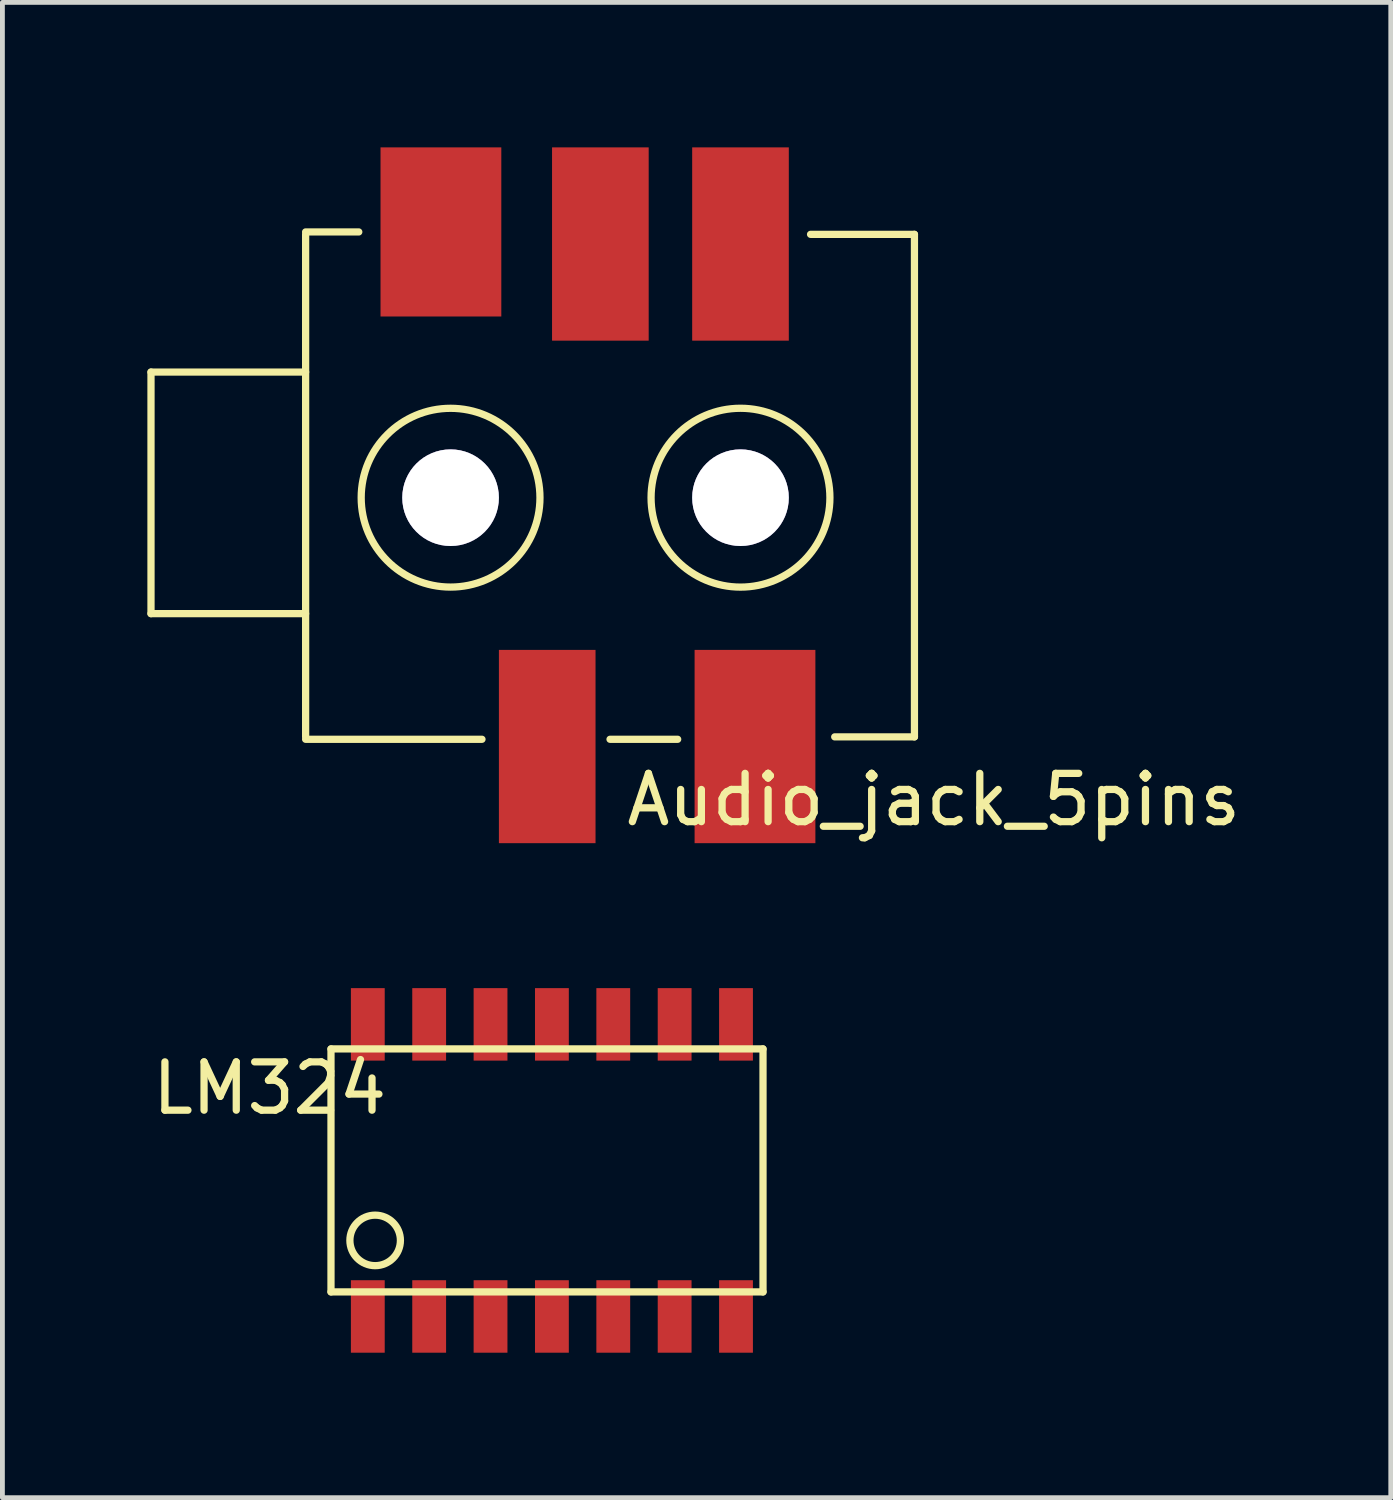
<source format=kicad_pcb>
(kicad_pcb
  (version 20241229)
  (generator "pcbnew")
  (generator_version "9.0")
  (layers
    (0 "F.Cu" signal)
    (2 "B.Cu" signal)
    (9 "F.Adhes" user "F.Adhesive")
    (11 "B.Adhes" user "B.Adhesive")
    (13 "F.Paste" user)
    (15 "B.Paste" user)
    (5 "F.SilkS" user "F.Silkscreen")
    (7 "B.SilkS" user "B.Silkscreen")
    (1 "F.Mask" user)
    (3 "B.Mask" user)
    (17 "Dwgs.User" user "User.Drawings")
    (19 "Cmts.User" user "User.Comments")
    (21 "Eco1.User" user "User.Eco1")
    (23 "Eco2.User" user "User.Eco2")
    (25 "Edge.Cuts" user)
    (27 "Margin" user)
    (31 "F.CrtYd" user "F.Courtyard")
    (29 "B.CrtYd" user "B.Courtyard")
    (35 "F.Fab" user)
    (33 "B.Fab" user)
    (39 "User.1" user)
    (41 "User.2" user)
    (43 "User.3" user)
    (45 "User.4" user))
  (footprint "Audio_jack_5pins"
    (layer "F.Cu")
    (at 3.275 7.25)
    (property "Reference" "Audio_jack_5pins" (at 13 6.25 0) (layer "F.SilkS") (effects (font (size 1 1) (thickness 0.15))))
    (attr through_hole)
    (fp_line (start -3.2 -2.6) (end -3.2 2.4) (stroke (width 0.15) (type solid)) (layer "F.SilkS"))
    (fp_line (start -3.2 2.4) (end 0 2.4) (stroke (width 0.15) (type solid)) (layer "F.SilkS"))
    (fp_line (start 0 -5.5) (end 1.1 -5.5) (stroke (width 0.15) (type solid)) (layer "F.SilkS"))
    (fp_line (start 0 -5.45) (end 0 4.95) (stroke (width 0.15) (type solid)) (layer "F.SilkS"))
    (fp_line (start 0 -2.6) (end -3.2 -2.6) (stroke (width 0.15) (type solid)) (layer "F.SilkS"))
    (fp_line (start 0 5) (end 3.65 5) (stroke (width 0.15) (type solid)) (layer "F.SilkS"))
    (fp_line (start 6.3 5) (end 7.7 5) (stroke (width 0.15) (type solid)) (layer "F.SilkS"))
    (fp_line (start 12.6 -5.45) (end 10.45 -5.45) (stroke (width 0.15) (type solid)) (layer "F.SilkS"))
    (fp_line (start 12.6 -5.45) (end 12.6 4.95) (stroke (width 0.15) (type solid)) (layer "F.SilkS"))
    (fp_line (start 12.6 4.95) (end 10.95 4.95) (stroke (width 0.15) (type solid)) (layer "F.SilkS"))
    (fp_circle (center 3 0) (end 4.85 0) (stroke (width 0.15) (type solid)) (fill no) (layer "F.SilkS"))
    (fp_circle (center 9 0) (end 10.85 -0.05) (stroke (width 0.15) (type solid)) (fill no) (layer "F.SilkS"))
    (pad "" thru_hole circle (at 3 0) (size 2 2) (drill 2) (layers "*.Cu" "*.Mask"))
    (pad "" thru_hole circle (at 9 0) (size 2 2) (drill 2) (layers "*.Cu" "*.Mask"))
    (pad "1" smd rect (at 2.8 -5.5) (size 2.5 3.5) (layers "F.Cu" "F.Mask" "F.Paste"))
    (pad "2" smd rect (at 6.1 -5.25) (size 2 4) (layers "F.Cu" "F.Mask" "F.Paste"))
    (pad "3" smd rect (at 9 -5.25) (size 2 4) (layers "F.Cu" "F.Mask" "F.Paste"))
    (pad "4" smd rect (at 5 5.15) (size 2 4) (layers "F.Cu" "F.Mask" "F.Paste"))
    (pad "5" smd rect (at 9.3 5.15) (size 2.5 4) (layers "F.Cu" "F.Mask" "F.Paste")))
  (footprint "LM324"
    (layer "F.Cu")
    (at 8.372 20.995)
    (property "Reference" "LM324" (at -5.842 -1.524 0) (layer "F.SilkS") (effects (font (size 1 1) (thickness 0.15))))
    (attr through_hole)
    (fp_line (start -4.572 -2.337) (end -4.572 2.692) (stroke (width 0.15) (type solid)) (layer "F.SilkS"))
    (fp_line (start -4.572 2.692) (end 4.369 2.692) (stroke (width 0.15) (type solid)) (layer "F.SilkS"))
    (fp_line (start 4.369 -2.337) (end -4.572 -2.337) (stroke (width 0.15) (type solid)) (layer "F.SilkS"))
    (fp_line (start 4.369 2.692) (end 4.369 -2.337) (stroke (width 0.15) (type solid)) (layer "F.SilkS"))
    (fp_circle (center -3.658 1.626) (end -4.115 1.88) (stroke (width 0.15) (type solid)) (fill no) (layer "F.SilkS"))
    (pad "1" smd rect (at -3.81 3.2 90) (size 1.5 0.7) (layers "F.Cu" "F.Mask" "F.Paste"))
    (pad "2" smd rect (at -2.54 3.2 90) (size 1.5 0.7) (layers "F.Cu" "F.Mask" "F.Paste"))
    (pad "3" smd rect (at -1.27 3.2 90) (size 1.5 0.7) (layers "F.Cu" "F.Mask" "F.Paste"))
    (pad "4" smd rect (at 0 3.2 90) (size 1.5 0.7) (layers "F.Cu" "F.Mask" "F.Paste"))
    (pad "5" smd rect (at 1.27 3.2 90) (size 1.5 0.7) (layers "F.Cu" "F.Mask" "F.Paste"))
    (pad "6" smd rect (at 2.54 3.2 90) (size 1.5 0.7) (layers "F.Cu" "F.Mask" "F.Paste"))
    (pad "7" smd rect (at 3.81 3.2 90) (size 1.5 0.7) (layers "F.Cu" "F.Mask" "F.Paste"))
    (pad "8" smd rect (at 3.81 -2.845 90) (size 1.5 0.7) (layers "F.Cu" "F.Mask" "F.Paste"))
    (pad "9" smd rect (at 2.54 -2.845 90) (size 1.5 0.7) (layers "F.Cu" "F.Mask" "F.Paste"))
    (pad "10" smd rect (at 1.27 -2.845 90) (size 1.5 0.7) (layers "F.Cu" "F.Mask" "F.Paste"))
    (pad "11" smd rect (at 0 -2.845 90) (size 1.5 0.7) (layers "F.Cu" "F.Mask" "F.Paste"))
    (pad "12" smd rect (at -1.27 -2.845 90) (size 1.5 0.7) (layers "F.Cu" "F.Mask" "F.Paste"))
    (pad "13" smd rect (at -2.54 -2.845 90) (size 1.5 0.7) (layers "F.Cu" "F.Mask" "F.Paste"))
    (pad "14" smd rect (at -3.81 -2.845 90) (size 1.5 0.7) (layers "F.Cu" "F.Mask" "F.Paste")))
  (gr_rect
    (start -3 -3)
    (end 25.733 27.945)
    (stroke (width 0.1) (type default))
    (fill no)
    (layer "Edge.Cuts")))
</source>
